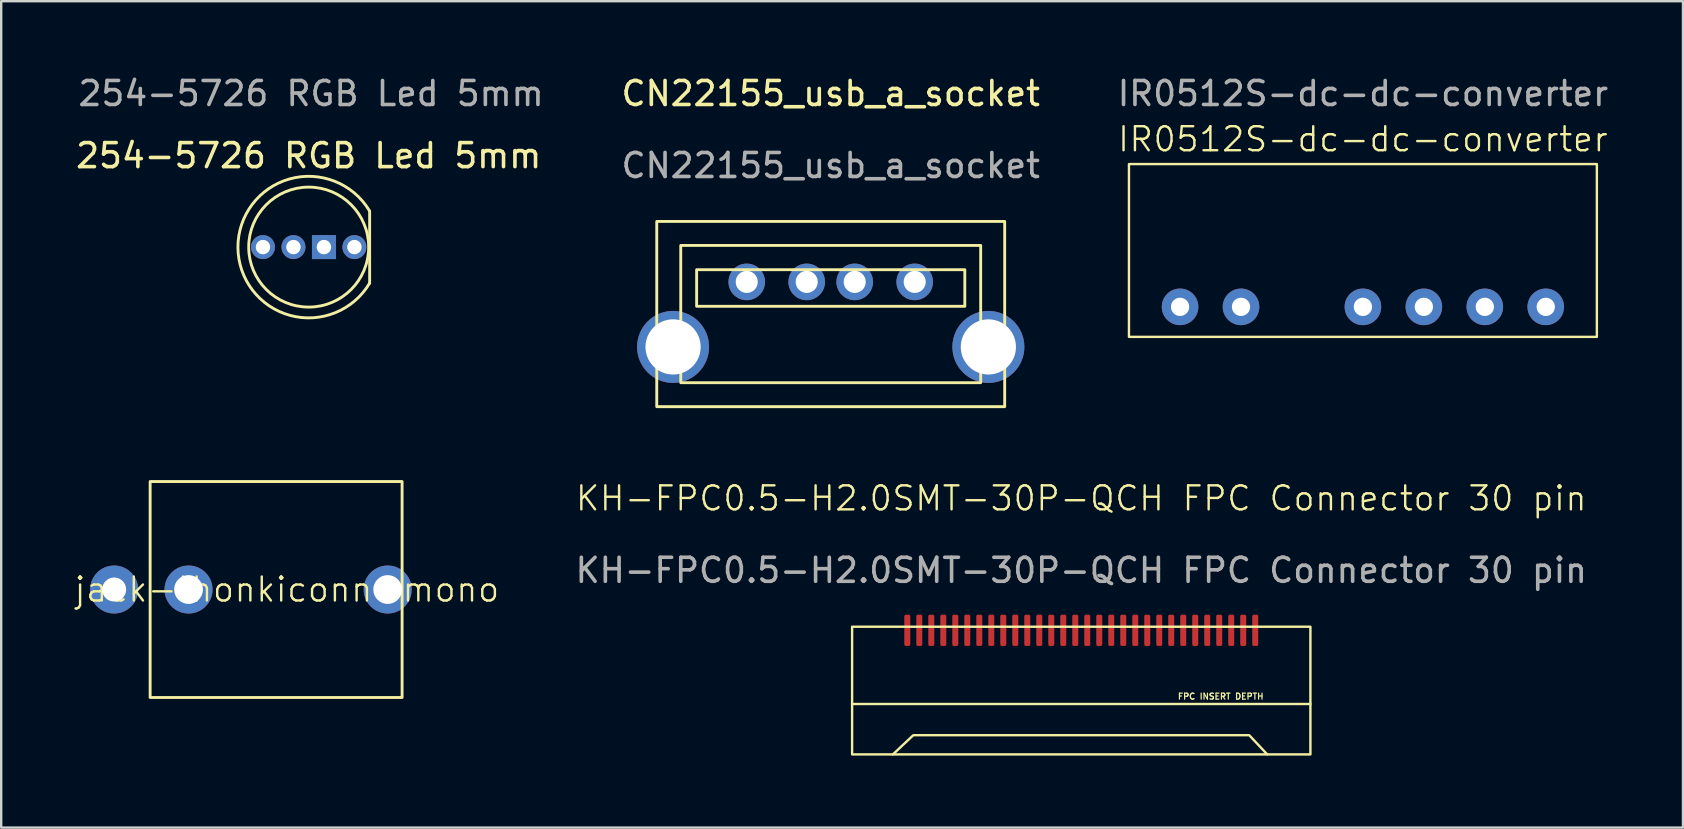
<source format=kicad_pcb>
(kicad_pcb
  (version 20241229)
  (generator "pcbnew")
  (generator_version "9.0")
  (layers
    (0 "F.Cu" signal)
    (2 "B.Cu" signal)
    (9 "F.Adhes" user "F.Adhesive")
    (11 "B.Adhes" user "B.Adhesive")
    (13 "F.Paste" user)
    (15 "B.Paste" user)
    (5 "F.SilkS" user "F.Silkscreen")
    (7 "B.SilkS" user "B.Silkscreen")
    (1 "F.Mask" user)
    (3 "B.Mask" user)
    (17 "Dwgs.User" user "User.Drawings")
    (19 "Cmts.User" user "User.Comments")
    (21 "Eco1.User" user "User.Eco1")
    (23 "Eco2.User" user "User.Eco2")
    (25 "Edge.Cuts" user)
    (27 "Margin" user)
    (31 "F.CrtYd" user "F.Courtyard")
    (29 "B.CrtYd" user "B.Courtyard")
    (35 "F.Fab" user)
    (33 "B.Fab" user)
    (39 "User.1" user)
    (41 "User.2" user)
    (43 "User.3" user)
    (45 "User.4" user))
  (footprint "IR0512S-dc-dc-converter"
    (layer "F.Cu")
    (at 53.749 9.738)
    (property "Reference" "IR0512S-dc-dc-converter" (at 0 -6.985 0) (unlocked yes) (layer "F.SilkS") (effects (font (size 1 1) (thickness 0.1))))
    (attr through_hole)
    (fp_rect (start -9.75 -5.95) (end 9.75 1.25) (stroke (width 0.1) (type default)) (fill no) (layer "F.SilkS"))
    (fp_text user "${REFERENCE}" (at 0 -8.89 0) (unlocked yes) (layer "F.Fab") (effects (font (size 1 1) (thickness 0.15))))
    (pad "1" thru_hole circle (at -7.62 0) (size 1.524 1.524) (drill 0.762) (layers "*.Cu" "*.Mask"))
    (pad "2" thru_hole circle (at -5.08 0) (size 1.524 1.524) (drill 0.762) (layers "*.Cu" "*.Mask"))
    (pad "4" thru_hole circle (at 0 0) (size 1.524 1.524) (drill 0.762) (layers "*.Cu" "*.Mask"))
    (pad "5" thru_hole circle (at 2.54 0) (size 1.524 1.524) (drill 0.762) (layers "*.Cu" "*.Mask"))
    (pad "6" thru_hole circle (at 5.08 0) (size 1.524 1.524) (drill 0.762) (layers "*.Cu" "*.Mask"))
    (pad "7" thru_hole circle (at 7.62 0) (size 1.524 1.524) (drill 0.762) (layers "*.Cu" "*.Mask")))
  (footprint "jack-thonkiconn-mono"
    (layer "F.Cu")
    (at 7.707 21.518)
    (property "Reference" "jack-thonkiconn-mono" (at 1.2 0 0) (unlocked yes) (layer "F.SilkS") (effects (font (size 1 1) (thickness 0.1))))
    (attr through_hole)
    (fp_rect (start -4.5 4.5) (end 6 -4.5) (stroke (width 0.12) (type solid)) (fill no) (layer "F.SilkS"))
    (pad "1" thru_hole circle (at -6 0) (size 2 2) (drill 1) (layers "*.Cu" "*.Mask"))
    (pad "2" thru_hole circle (at -2.9 0) (size 2 2) (drill 1.2) (layers "*.Cu" "*.Mask"))
    (pad "3" thru_hole circle (at 5.4 0) (size 2 2) (drill 1.2) (layers "*.Cu" "*.Mask"))
    (zone (net_name "") (layer "F.Cu") (hatch edge 0.508) (connect_pads) (min_thickness 0.254) (filled_areas_thickness no) (keepout (tracks not_allowed) (vias not_allowed) (pads not_allowed) (copperpour not_allowed) (footprints allowed)) (placement (enabled no)) (fill) (polygon (pts (xy 9.207 23.018) (xy 6.207 23.018) (xy 6.207 20.018) (xy 9.207 20.018)))))
  (footprint "KH-FPC0.5-H2.0SMT-30P-QCH FPC Connector 30 pin"
    (layer "F.Cu")
    (at 42.011 26.289)
    (property "Reference" "KH-FPC0.5-H2.0SMT-30P-QCH FPC Connector 30 pin" (at 0 -8.57 0) (unlocked yes) (layer "F.SilkS") (effects (font (size 1 1) (thickness 0.1))))
    (attr smd)
    (fp_line (start 7.75 2.1) (end -7.85 2.1) (stroke (width 0.1) (type default)) (layer "F.SilkS"))
    (fp_line (start 9.55 0) (end -9.55 0) (stroke (width 0.1) (type default)) (layer "F.SilkS"))
    (fp_poly (pts (xy -9.55 -3.22) (xy 9.55 -3.22) (xy 9.55 2.1) (xy 7.75 2.1) (xy 7 1.3) (xy -7 1.3) (xy -7.85 2.1) (xy -9.55 2.1)) (stroke (width 0.1) (type solid)) (fill no) (layer "F.SilkS"))
    (fp_text user "FPC INSERT DEPTH" (at 4 -0.17 0) (unlocked yes) (layer "F.SilkS") (effects (font (size 0.25 0.25) (thickness 0.05) (bold yes)) (justify left bottom)))
    (fp_text user "${REFERENCE}" (at 0 -5.57 0) (unlocked yes) (layer "F.Fab") (effects (font (size 1 1) (thickness 0.15))))
    (pad "1" smd roundrect (at -7.25 -3.07) (size 0.25 1.3) (layers "F.Cu" "F.Mask" "F.Paste") (roundrect_rratio 0.25))
    (pad "1" smd roundrect (at -6.75 -3.07) (size 0.25 1.3) (layers "F.Cu" "F.Mask" "F.Paste") (roundrect_rratio 0.25))
    (pad "1" smd roundrect (at -6.25 -3.07) (size 0.25 1.3) (layers "F.Cu" "F.Mask" "F.Paste") (roundrect_rratio 0.25))
    (pad "1" smd roundrect (at -5.75 -3.07) (size 0.25 1.3) (layers "F.Cu" "F.Mask" "F.Paste") (roundrect_rratio 0.25))
    (pad "1" smd roundrect (at -5.25 -3.07) (size 0.25 1.3) (layers "F.Cu" "F.Mask" "F.Paste") (roundrect_rratio 0.25))
    (pad "1" smd roundrect (at -4.75 -3.07) (size 0.25 1.3) (layers "F.Cu" "F.Mask" "F.Paste") (roundrect_rratio 0.25))
    (pad "1" smd roundrect (at -4.25 -3.07) (size 0.25 1.3) (layers "F.Cu" "F.Mask" "F.Paste") (roundrect_rratio 0.25))
    (pad "1" smd roundrect (at -3.75 -3.07) (size 0.25 1.3) (layers "F.Cu" "F.Mask" "F.Paste") (roundrect_rratio 0.25))
    (pad "1" smd roundrect (at -3.25 -3.07) (size 0.25 1.3) (layers "F.Cu" "F.Mask" "F.Paste") (roundrect_rratio 0.25))
    (pad "1" smd roundrect (at -2.75 -3.07) (size 0.25 1.3) (layers "F.Cu" "F.Mask" "F.Paste") (roundrect_rratio 0.25))
    (pad "1" smd roundrect (at -2.25 -3.07) (size 0.25 1.3) (layers "F.Cu" "F.Mask" "F.Paste") (roundrect_rratio 0.25))
    (pad "1" smd roundrect (at -1.75 -3.07) (size 0.25 1.3) (layers "F.Cu" "F.Mask" "F.Paste") (roundrect_rratio 0.25))
    (pad "1" smd roundrect (at -1.25 -3.07) (size 0.25 1.3) (layers "F.Cu" "F.Mask" "F.Paste") (roundrect_rratio 0.25))
    (pad "1" smd roundrect (at -0.75 -3.07) (size 0.25 1.3) (layers "F.Cu" "F.Mask" "F.Paste") (roundrect_rratio 0.25))
    (pad "1" smd roundrect (at -0.25 -3.07) (size 0.25 1.3) (layers "F.Cu" "F.Mask" "F.Paste") (roundrect_rratio 0.25))
    (pad "1" smd roundrect (at 0.25 -3.07) (size 0.25 1.3) (layers "F.Cu" "F.Mask" "F.Paste") (roundrect_rratio 0.25))
    (pad "1" smd roundrect (at 0.75 -3.07) (size 0.25 1.3) (layers "F.Cu" "F.Mask" "F.Paste") (roundrect_rratio 0.25))
    (pad "1" smd roundrect (at 1.25 -3.07) (size 0.25 1.3) (layers "F.Cu" "F.Mask" "F.Paste") (roundrect_rratio 0.25))
    (pad "1" smd roundrect (at 1.75 -3.07) (size 0.25 1.3) (layers "F.Cu" "F.Mask" "F.Paste") (roundrect_rratio 0.25))
    (pad "1" smd roundrect (at 2.25 -3.07) (size 0.25 1.3) (layers "F.Cu" "F.Mask" "F.Paste") (roundrect_rratio 0.25))
    (pad "1" smd roundrect (at 2.75 -3.07) (size 0.25 1.3) (layers "F.Cu" "F.Mask" "F.Paste") (roundrect_rratio 0.25))
    (pad "1" smd roundrect (at 3.25 -3.07) (size 0.25 1.3) (layers "F.Cu" "F.Mask" "F.Paste") (roundrect_rratio 0.25))
    (pad "1" smd roundrect (at 3.75 -3.07) (size 0.25 1.3) (layers "F.Cu" "F.Mask" "F.Paste") (roundrect_rratio 0.25))
    (pad "1" smd roundrect (at 4.25 -3.07) (size 0.25 1.3) (layers "F.Cu" "F.Mask" "F.Paste") (roundrect_rratio 0.25))
    (pad "1" smd roundrect (at 4.75 -3.07) (size 0.25 1.3) (layers "F.Cu" "F.Mask" "F.Paste") (roundrect_rratio 0.25))
    (pad "1" smd roundrect (at 5.25 -3.07) (size 0.25 1.3) (layers "F.Cu" "F.Mask" "F.Paste") (roundrect_rratio 0.25))
    (pad "1" smd roundrect (at 5.75 -3.07) (size 0.25 1.3) (layers "F.Cu" "F.Mask" "F.Paste") (roundrect_rratio 0.25))
    (pad "1" smd roundrect (at 6.25 -3.07) (size 0.25 1.3) (layers "F.Cu" "F.Mask" "F.Paste") (roundrect_rratio 0.25))
    (pad "1" smd roundrect (at 6.75 -3.07) (size 0.25 1.3) (layers "F.Cu" "F.Mask" "F.Paste") (roundrect_rratio 0.25))
    (pad "1" smd roundrect (at 7.25 -3.07) (size 0.25 1.3) (layers "F.Cu" "F.Mask" "F.Paste") (roundrect_rratio 0.25)))
  (footprint "254-5726 RGB Led 5mm"
    (layer "F.Cu")
    (at 9.815 7.248)
    (property "Reference" "254-5726 RGB Led 5mm" (at 0 -3.81 0) (unlocked yes) (layer "F.SilkS") (effects (font (size 1 1) (thickness 0.15))))
    (attr through_hole)
    (fp_line (start 2.54 -1.5) (end 2.54 1.5) (stroke (width 0.12) (type default)) (layer "F.SilkS"))
    (fp_arc (start 2.539999 1.499999) (mid -2.949823 0.011599) (end 2.528124 -1.519928) (stroke (width 0.12) (type default)) (layer "F.SilkS"))
    (fp_circle (center 0 0) (end 2.5 0) (stroke (width 0.12) (type default)) (fill no) (layer "F.SilkS"))
    (fp_text user "${REFERENCE}" (at 0.1 -6.4 0) (unlocked yes) (layer "F.Fab") (effects (font (size 1 1) (thickness 0.15))))
    (pad "1" thru_hole circle (at -1.905 0) (size 1 1) (drill 0.6) (layers "*.Cu" "*.Mask"))
    (pad "2" thru_hole circle (at -0.635 0) (size 1 1) (drill 0.6) (layers "*.Cu" "*.Mask"))
    (pad "3" thru_hole rect (at 0.635 0) (size 1 1) (drill 0.6) (layers "*.Cu" "*.Mask"))
    (pad "4" thru_hole circle (at 1.905 0) (size 1 1) (drill 0.6) (layers "*.Cu" "*.Mask")))
  (footprint "CN22155_usb_a_socket"
    (layer "F.Cu")
    (at 31.57 8.698)
    (property "Reference" "CN22155_usb_a_socket" (at 0 -7.85 0) (unlocked yes) (layer "F.SilkS") (effects (font (size 1 1) (thickness 0.15))))
    (attr through_hole)
    (fp_rect (start -7.25 -2.52) (end 7.25 5.2) (stroke (width 0.12) (type default)) (fill no) (layer "F.SilkS"))
    (fp_rect (start -6.25 -1.52) (end 6.25 4.2) (stroke (width 0.12) (type default)) (fill no) (layer "F.SilkS"))
    (fp_rect (start -5.588 -0.508) (end 5.588 1.016) (stroke (width 0.12) (type default)) (fill no) (layer "F.SilkS"))
    (fp_text user "${REFERENCE}" (at 0 -4.85 0) (unlocked yes) (layer "F.Fab") (effects (font (size 1 1) (thickness 0.15))))
    (pad "1" thru_hole circle (at -3.5 0) (size 1.524 1.524) (drill 0.92) (layers "*.Cu" "*.Mask"))
    (pad "2" thru_hole circle (at -1 0) (size 1.524 1.524) (drill 0.92) (layers "*.Cu" "*.Mask"))
    (pad "3" thru_hole circle (at 1 0) (size 1.524 1.524) (drill 0.92) (layers "*.Cu" "*.Mask"))
    (pad "4" thru_hole circle (at 3.5 0) (size 1.524 1.524) (drill 0.92) (layers "*.Cu" "*.Mask"))
    (pad "5" thru_hole circle (at -6.57 2.71) (size 3 3) (drill 2.3) (layers "*.Cu" "*.Mask"))
    (pad "5" thru_hole circle (at 6.57 2.71) (size 3 3) (drill 2.3) (layers "*.Cu" "*.Mask")))
  (gr_rect
    (start -3 -3)
    (end 67.088 31.439)
    (stroke (width 0.1) (type default))
    (fill no)
    (layer "Edge.Cuts")))
</source>
